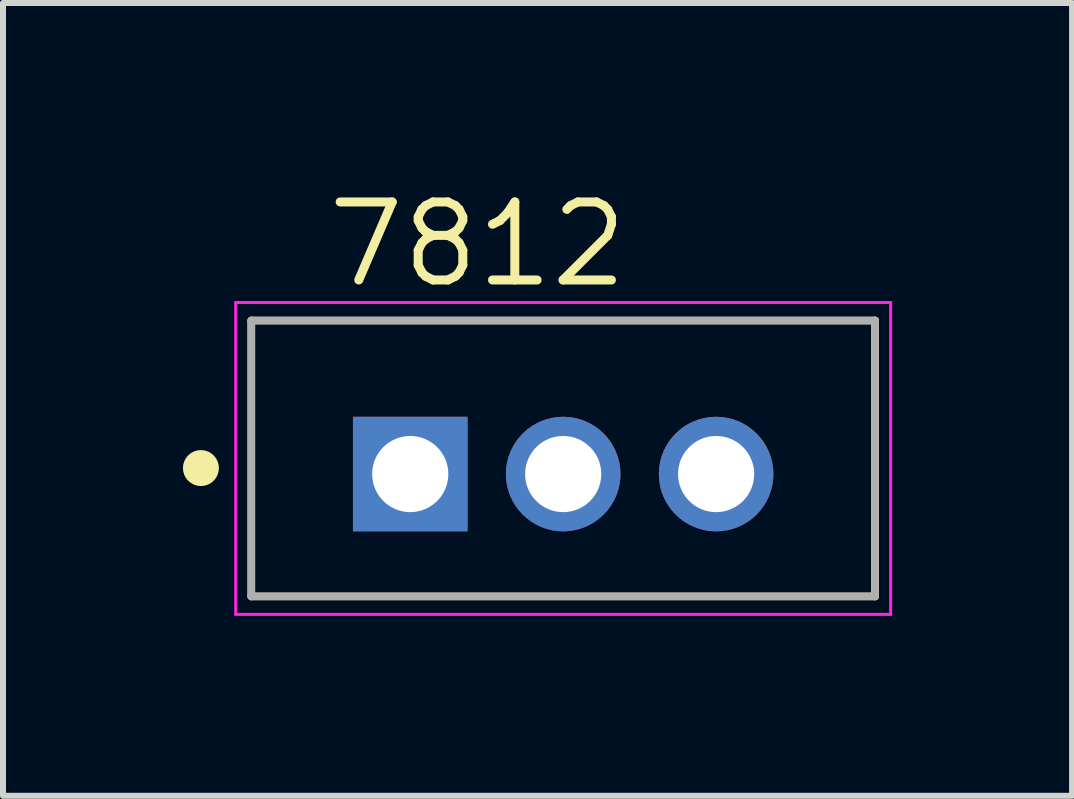
<source format=kicad_pcb>
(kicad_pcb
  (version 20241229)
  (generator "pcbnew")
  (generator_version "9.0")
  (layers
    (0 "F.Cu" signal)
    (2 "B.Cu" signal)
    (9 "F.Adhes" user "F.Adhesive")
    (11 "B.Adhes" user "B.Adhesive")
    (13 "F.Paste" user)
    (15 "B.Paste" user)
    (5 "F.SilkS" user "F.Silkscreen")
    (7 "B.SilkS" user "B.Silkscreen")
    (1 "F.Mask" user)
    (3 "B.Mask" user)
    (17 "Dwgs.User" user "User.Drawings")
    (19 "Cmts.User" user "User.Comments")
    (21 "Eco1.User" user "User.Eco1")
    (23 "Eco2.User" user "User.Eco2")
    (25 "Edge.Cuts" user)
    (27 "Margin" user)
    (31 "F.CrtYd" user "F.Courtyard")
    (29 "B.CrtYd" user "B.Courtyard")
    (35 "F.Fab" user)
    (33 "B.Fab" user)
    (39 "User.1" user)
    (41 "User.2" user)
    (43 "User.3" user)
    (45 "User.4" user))
  (footprint "7812"
    (layer "F.Cu")
    (at 6.34 4.594)
    (property "Reference" "7812" (at -1.426 -3.57 0) (layer "F.SilkS") (effects (font (size 1.301 1.301) (thickness 0.15))))
    (attr through_hole)
    (fp_line (start -5.2 -2.3) (end -5.2 2.3) (stroke (width 0.127) (type solid)) (layer "F.SilkS"))
    (fp_line (start -5.2 -2.3) (end 5.2 -2.3) (stroke (width 0.127) (type solid)) (layer "F.SilkS"))
    (fp_line (start -5.2 2.3) (end 5.2 2.3) (stroke (width 0.127) (type solid)) (layer "F.SilkS"))
    (fp_line (start 5.2 2.3) (end 5.2 -2.3) (stroke (width 0.127) (type solid)) (layer "F.SilkS"))
    (fp_circle (center -6.04 0.16) (end -5.89 0.16) (stroke (width 0.3) (type solid)) (fill no) (layer "F.SilkS"))
    (fp_line (start -5.46 -2.6) (end 5.46 -2.6) (stroke (width 0.05) (type solid)) (layer "F.CrtYd"))
    (fp_line (start -5.46 2.6) (end -5.46 -2.6) (stroke (width 0.05) (type solid)) (layer "F.CrtYd"))
    (fp_line (start 5.46 -2.6) (end 5.46 2.6) (stroke (width 0.05) (type solid)) (layer "F.CrtYd"))
    (fp_line (start 5.46 2.6) (end -5.46 2.6) (stroke (width 0.05) (type solid)) (layer "F.CrtYd"))
    (fp_line (start -5.2 -2.3) (end 5.2 -2.3) (stroke (width 0.127) (type solid)) (layer "F.Fab"))
    (fp_line (start -5.2 2.3) (end -5.2 -2.3) (stroke (width 0.127) (type solid)) (layer "F.Fab"))
    (fp_line (start 5.2 -2.3) (end 5.2 2.3) (stroke (width 0.127) (type solid)) (layer "F.Fab"))
    (fp_line (start 5.2 2.3) (end -5.2 2.3) (stroke (width 0.127) (type solid)) (layer "F.Fab"))
    (fp_circle (center -2.53 0.16) (end -2.38 0.16) (stroke (width 0.3) (type solid)) (fill no) (layer "F.Fab"))
    (pad "1" thru_hole rect (at -2.55 0.26) (size 1.91 1.91) (drill 1.27) (layers "*.Cu" "*.Mask"))
    (pad "2" thru_hole circle (at 0 0.26) (size 1.91 1.91) (drill 1.27) (layers "*.Cu" "*.Mask"))
    (pad "3" thru_hole circle (at 2.55 0.26) (size 1.91 1.91) (drill 1.27) (layers "*.Cu" "*.Mask")))
  (gr_rect
    (start -3 -3)
    (end 14.825 10.219)
    (stroke (width 0.1) (type default))
    (fill no)
    (layer "Edge.Cuts")))
</source>
